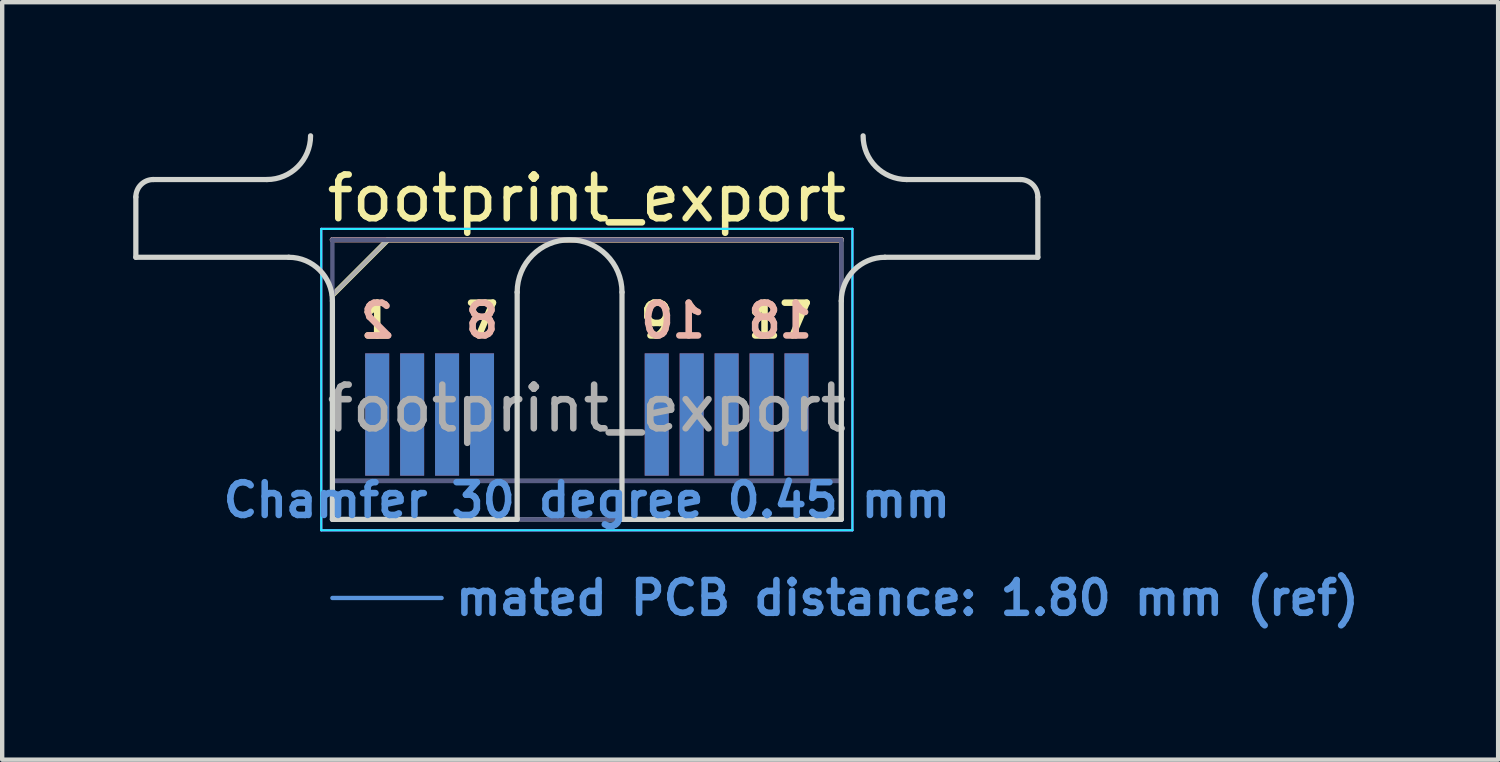
<source format=kicad_pcb>
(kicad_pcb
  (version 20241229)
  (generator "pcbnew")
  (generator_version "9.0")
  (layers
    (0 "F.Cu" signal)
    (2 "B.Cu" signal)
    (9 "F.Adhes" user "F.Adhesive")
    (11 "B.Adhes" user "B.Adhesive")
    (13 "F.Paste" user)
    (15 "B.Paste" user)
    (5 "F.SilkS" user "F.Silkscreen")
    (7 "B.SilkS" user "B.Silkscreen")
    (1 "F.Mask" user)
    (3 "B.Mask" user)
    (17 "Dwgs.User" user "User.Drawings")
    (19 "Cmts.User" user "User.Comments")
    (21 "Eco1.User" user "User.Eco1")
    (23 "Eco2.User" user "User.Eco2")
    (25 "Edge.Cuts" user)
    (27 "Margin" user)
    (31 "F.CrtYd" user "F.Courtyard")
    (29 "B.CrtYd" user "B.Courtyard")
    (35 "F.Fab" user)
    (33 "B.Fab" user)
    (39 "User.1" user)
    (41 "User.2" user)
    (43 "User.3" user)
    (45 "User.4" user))
  (footprint "footprint_export"
    (layer "F.Cu")
    (at 10.385 8.84)
    (property "Reference" "footprint_export" (at 0 -7.35 0) (layer "F.SilkS") (effects (font (size 1 1) (thickness 0.15))))
    (attr exclude_from_pos_files exclude_from_bom)
    (fp_line (start -5.825 -5.13) (end -4.555 -6.4) (stroke (width 0.12) (type solid)) (layer "F.SilkS"))
    (fp_line (start -4.555 -6.4) (end 5.825 -6.4) (stroke (width 0.12) (type solid)) (layer "F.SilkS"))
    (fp_line (start -5.825 -6.4) (end -5.825 -6.4) (stroke (width 0.12) (type solid)) (layer "B.SilkS"))
    (fp_line (start -5.825 -6.4) (end 5.825 -6.4) (stroke (width 0.12) (type solid)) (layer "B.SilkS"))
    (fp_line (start -5.825 1.8) (end -3.325 1.8) (stroke (width 0.1) (type solid)) (layer "Cmts.User"))
    (fp_line (start -10.325 -6) (end -10.325 -7.38) (stroke (width 0.12) (type solid)) (layer "Edge.Cuts"))
    (fp_line (start -9.925 -7.78) (end -7.325 -7.78) (stroke (width 0.12) (type solid)) (layer "Edge.Cuts"))
    (fp_line (start -6.825 -6) (end -10.325 -6) (stroke (width 0.12) (type solid)) (layer "Edge.Cuts"))
    (fp_line (start -5.825 -5) (end -5.825 0) (stroke (width 0.12) (type solid)) (layer "Edge.Cuts"))
    (fp_line (start -5.825 0) (end -1.595 0) (stroke (width 0.12) (type solid)) (layer "Edge.Cuts"))
    (fp_line (start -1.595 0) (end -1.595 -5.2) (stroke (width 0.12) (type solid)) (layer "Edge.Cuts"))
    (fp_line (start 0.805 -5.2) (end 0.805 0) (stroke (width 0.12) (type solid)) (layer "Edge.Cuts"))
    (fp_line (start 0.805 0) (end 5.825 0) (stroke (width 0.12) (type solid)) (layer "Edge.Cuts"))
    (fp_line (start 5.825 0) (end 5.825 -5) (stroke (width 0.12) (type solid)) (layer "Edge.Cuts"))
    (fp_line (start 6.825 -6) (end 10.325 -6) (stroke (width 0.12) (type solid)) (layer "Edge.Cuts"))
    (fp_line (start 9.925 -7.78) (end 7.325 -7.78) (stroke (width 0.12) (type solid)) (layer "Edge.Cuts"))
    (fp_line (start 10.325 -6) (end 10.325 -7.38) (stroke (width 0.12) (type solid)) (layer "Edge.Cuts"))
    (fp_arc (start -10.325 -7.38) (mid -10.207843 -7.662843) (end -9.925 -7.78) (stroke (width 0.12) (type solid)) (layer "Edge.Cuts"))
    (fp_arc (start -6.825 -6) (mid -6.117893 -5.707107) (end -5.825 -5) (stroke (width 0.12) (type solid)) (layer "Edge.Cuts"))
    (fp_arc (start -6.325 -8.78) (mid -6.617893 -8.072893) (end -7.325 -7.78) (stroke (width 0.12) (type solid)) (layer "Edge.Cuts"))
    (fp_arc (start -1.595 -5.2) (mid -0.395 -6.4) (end 0.805 -5.2) (stroke (width 0.12) (type solid)) (layer "Edge.Cuts"))
    (fp_arc (start 5.825 -5) (mid 6.117893 -5.707107) (end 6.825 -6) (stroke (width 0.12) (type solid)) (layer "Edge.Cuts"))
    (fp_arc (start 7.325 -7.78) (mid 6.617893 -8.072893) (end 6.325 -8.78) (stroke (width 0.12) (type solid)) (layer "Edge.Cuts"))
    (fp_arc (start 9.925 -7.78) (mid 10.207843 -7.662843) (end 10.325 -7.38) (stroke (width 0.12) (type solid)) (layer "Edge.Cuts"))
    (fp_line (start -6.08 -6.65) (end -6.08 0.25) (stroke (width 0.05) (type solid)) (layer "B.CrtYd"))
    (fp_line (start -6.08 0.25) (end 6.08 0.25) (stroke (width 0.05) (type solid)) (layer "B.CrtYd"))
    (fp_line (start 6.08 -6.65) (end -6.08 -6.65) (stroke (width 0.05) (type solid)) (layer "B.CrtYd"))
    (fp_line (start 6.08 0.25) (end 6.08 -6.65) (stroke (width 0.05) (type solid)) (layer "B.CrtYd"))
    (fp_line (start -6.08 -6.65) (end -6.08 0.25) (stroke (width 0.05) (type solid)) (layer "F.CrtYd"))
    (fp_line (start -6.08 0.25) (end 6.08 0.25) (stroke (width 0.05) (type solid)) (layer "F.CrtYd"))
    (fp_line (start 6.08 -6.65) (end -6.08 -6.65) (stroke (width 0.05) (type solid)) (layer "F.CrtYd"))
    (fp_line (start 6.08 0.25) (end 6.08 -6.65) (stroke (width 0.05) (type solid)) (layer "F.CrtYd"))
    (fp_line (start -5.825 -6.4) (end -5.825 -6.4) (stroke (width 0.1) (type solid)) (layer "B.Fab"))
    (fp_line (start -5.825 -6.4) (end -5.825 0) (stroke (width 0.1) (type solid)) (layer "B.Fab"))
    (fp_line (start -5.825 -6.4) (end 5.825 -6.4) (stroke (width 0.1) (type solid)) (layer "B.Fab"))
    (fp_line (start -5.825 -0.88) (end 5.825 -0.88) (stroke (width 0.1) (type solid)) (layer "B.Fab"))
    (fp_line (start -5.825 0) (end 5.825 0) (stroke (width 0.1) (type solid)) (layer "B.Fab"))
    (fp_line (start 5.825 -6.4) (end 5.825 0) (stroke (width 0.1) (type solid)) (layer "B.Fab"))
    (fp_line (start -5.825 -5.13) (end -5.825 0) (stroke (width 0.1) (type solid)) (layer "F.Fab"))
    (fp_line (start -5.825 -5.13) (end -4.555 -6.4) (stroke (width 0.1) (type solid)) (layer "F.Fab"))
    (fp_line (start -5.825 -0.88) (end 5.825 -0.88) (stroke (width 0.1) (type solid)) (layer "F.Fab"))
    (fp_line (start -5.825 0) (end 5.825 0) (stroke (width 0.1) (type solid)) (layer "F.Fab"))
    (fp_line (start -4.555 -6.4) (end 5.825 -6.4) (stroke (width 0.1) (type solid)) (layer "F.Fab"))
    (fp_line (start 5.825 -6.4) (end 5.825 0) (stroke (width 0.1) (type solid)) (layer "F.Fab"))
    (fp_text user "7" (at -2.4 -4.55 0) (layer "F.SilkS") (effects (font (size 0.75 0.75) (thickness 0.15))))
    (fp_text user "9" (at 1.6 -4.55 0) (layer "F.SilkS") (effects (font (size 0.75 0.75) (thickness 0.15))))
    (fp_text user "17" (at 4.425 -4.55 0) (layer "F.SilkS") (effects (font (size 0.75 0.75) (thickness 0.15))))
    (fp_text user "1" (at -4.8 -4.55 0) (layer "F.SilkS") (effects (font (size 0.75 0.75) (thickness 0.15))))
    (fp_text user "8" (at -2.4 -4.55 0) (layer "B.SilkS") (effects (font (size 0.75 0.75) (thickness 0.15)) (justify mirror)))
    (fp_text user "18" (at 4.425 -4.55 0) (layer "B.SilkS") (effects (font (size 0.75 0.75) (thickness 0.15)) (justify mirror)))
    (fp_text user "10" (at 1.975 -4.55 0) (layer "B.SilkS") (effects (font (size 0.75 0.75) (thickness 0.15)) (justify mirror)))
    (fp_text user "2" (at -4.8 -4.55 0) (layer "B.SilkS") (effects (font (size 0.75 0.75) (thickness 0.15)) (justify mirror)))
    (fp_text user "Chamfer 30 degree 0.45 mm" (at 0 -0.44 0) (layer "Cmts.User") (effects (font (size 0.75 0.75) (thickness 0.15))))
    (fp_text user "mated PCB distance: 1.80 mm (ref)" (at -3.08 1.8 0) (layer "Cmts.User") (effects (font (size 0.75 0.75) (thickness 0.15)) (justify left)))
    (fp_text user "${REFERENCE}" (at 0 -2.54 0) (layer "F.Fab") (effects (font (size 1 1) (thickness 0.15))))
    (pad "1" connect rect (at -4.8 -2.4) (size 0.55 2.8) (layers "F.Cu" "F.Mask"))
    (pad "2" connect rect (at -4.8 -2.4) (size 0.55 2.8) (layers "B.Cu" "B.Mask"))
    (pad "3" connect rect (at -4 -2.4) (size 0.55 2.8) (layers "F.Cu" "F.Mask"))
    (pad "4" connect rect (at -4 -2.4) (size 0.55 2.8) (layers "B.Cu" "B.Mask"))
    (pad "5" connect rect (at -3.2 -2.4) (size 0.55 2.8) (layers "F.Cu" "F.Mask"))
    (pad "6" connect rect (at -3.2 -2.4) (size 0.55 2.8) (layers "B.Cu" "B.Mask"))
    (pad "7" connect rect (at -2.4 -2.4) (size 0.55 2.8) (layers "F.Cu" "F.Mask"))
    (pad "8" connect rect (at -2.4 -2.4) (size 0.55 2.8) (layers "B.Cu" "B.Mask"))
    (pad "9" connect rect (at 1.6 -2.4) (size 0.55 2.8) (layers "F.Cu" "F.Mask"))
    (pad "10" connect rect (at 1.6 -2.4) (size 0.55 2.8) (layers "B.Cu" "B.Mask"))
    (pad "11" connect rect (at 2.4 -2.4) (size 0.55 2.8) (layers "F.Cu" "F.Mask"))
    (pad "12" connect rect (at 2.4 -2.4) (size 0.55 2.8) (layers "B.Cu" "B.Mask"))
    (pad "13" connect rect (at 3.2 -2.4) (size 0.55 2.8) (layers "F.Cu" "F.Mask"))
    (pad "14" connect rect (at 3.2 -2.4) (size 0.55 2.8) (layers "B.Cu" "B.Mask"))
    (pad "15" connect rect (at 4 -2.4) (size 0.55 2.8) (layers "F.Cu" "F.Mask"))
    (pad "16" connect rect (at 4 -2.4) (size 0.55 2.8) (layers "B.Cu" "B.Mask"))
    (pad "17" connect rect (at 4.8 -2.4) (size 0.55 2.8) (layers "F.Cu" "F.Mask"))
    (pad "18" connect rect (at 4.8 -2.4) (size 0.55 2.8) (layers "B.Cu" "B.Mask")))
  (gr_rect
    (start -3 -3)
    (end 31.248 14.342)
    (stroke (width 0.1) (type default))
    (fill no)
    (layer "Edge.Cuts")))
</source>
